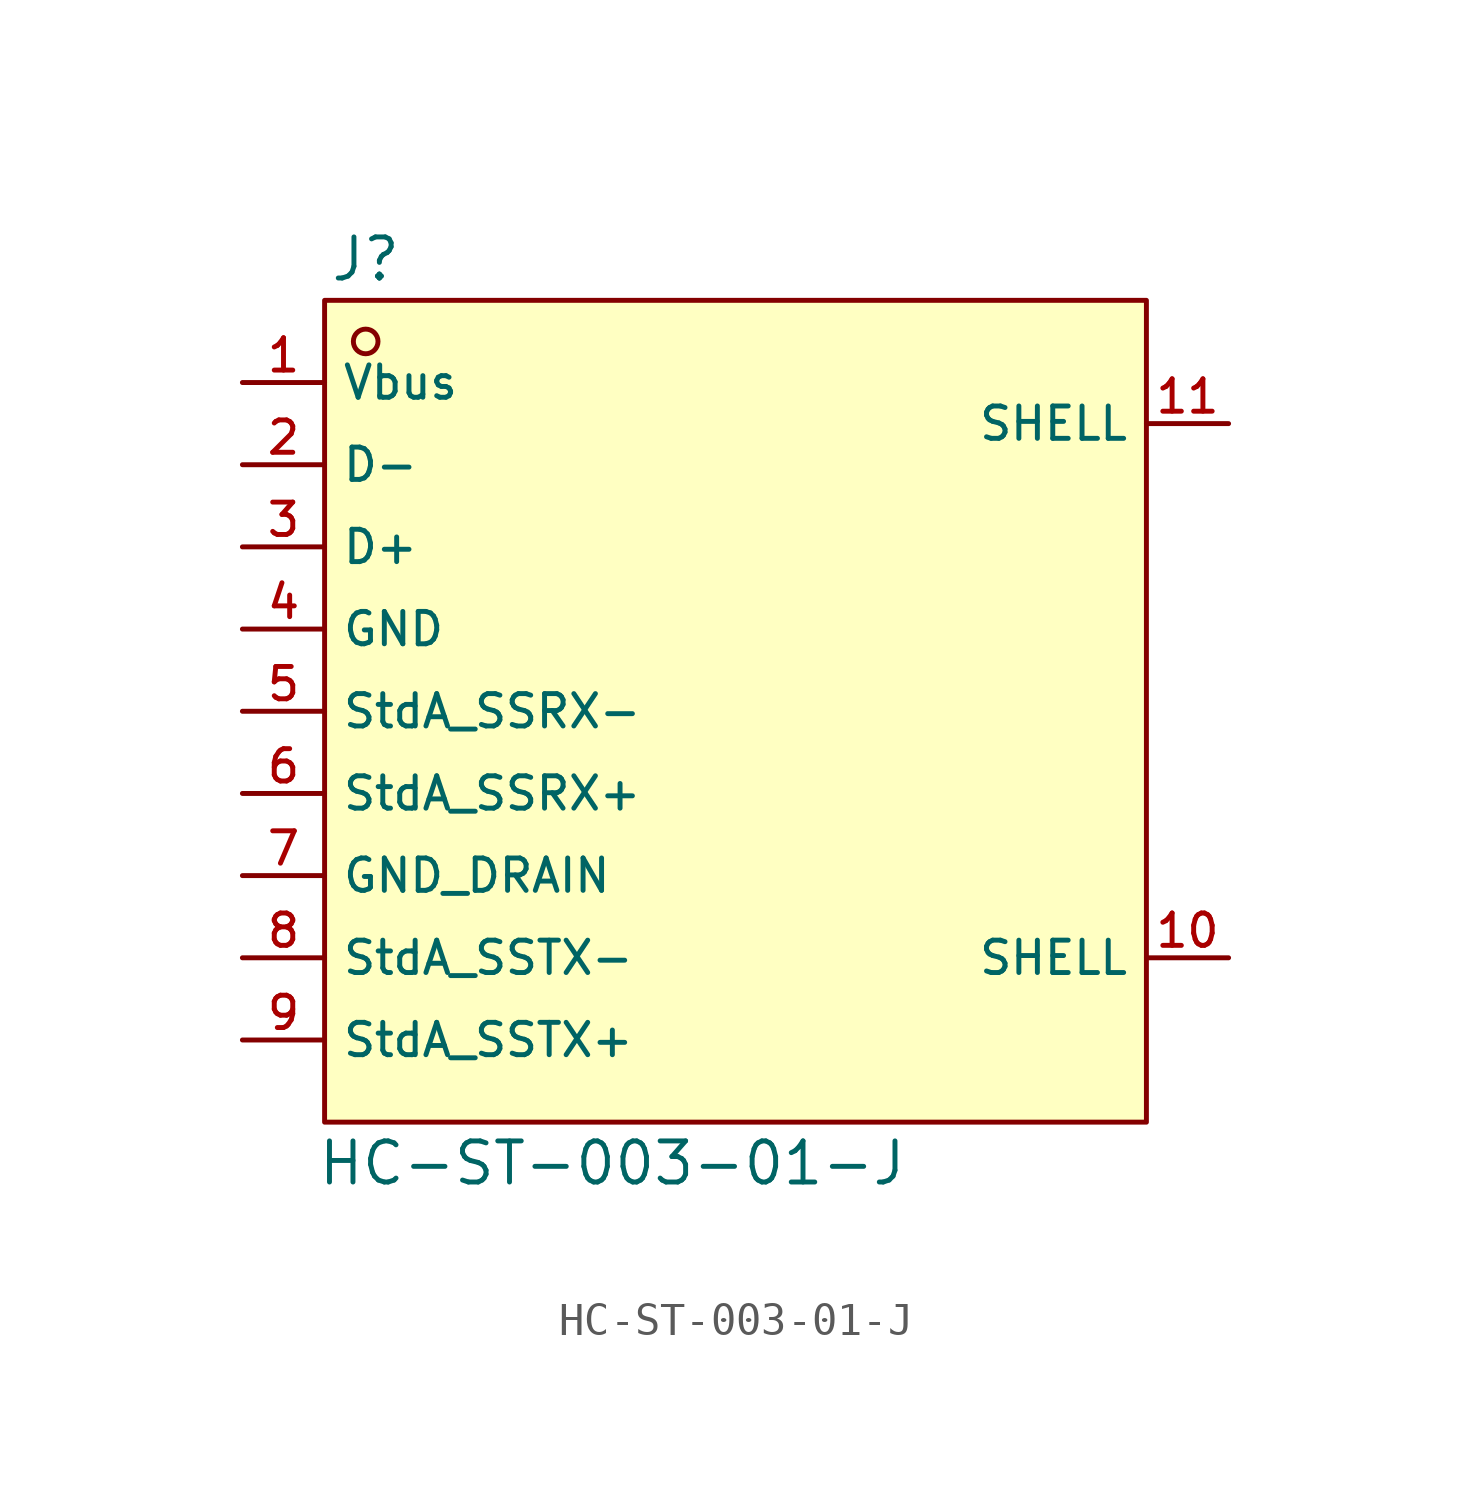
<source format=kicad_sym>
(kicad_symbol_lib
  (version 20220914)
  (generator kicad_symbol_editor)
  (symbol "HC-ST-003-01-J"
    (property "Reference" "J"
      (at -8.89 15.24 0)
      (effects (font (size 1.27 1.27))))
    (property "Value" "HC-ST-003-01-J"
      (at -1.27 -12.7 0)
      (effects (font (size 1.27 1.27))))
    (symbol "HC-ST-003-01-J_0_1"
      (rectangle (start -10.16 13.97) (end 15.24 -11.43) (stroke (width 0) (type default)) (fill (type background)))
      (circle (center -8.89 12.7) (radius 0.381) (stroke (width 0) (type default)) (fill (type background)))
      (pin unspecified line (at -12.7 11.43 0) (length 2.54) (name "Vbus" (effects (font (size 1 1)))) (number "1" (effects (font (size 1 1)))))
      (pin unspecified line (at 17.78 -6.35 180) (length 2.54) (name "SHELL" (effects (font (size 1 1)))) (number "10" (effects (font (size 1 1)))))
      (pin unspecified line (at 17.78 10.16 180) (length 2.54) (name "SHELL" (effects (font (size 1 1)))) (number "11" (effects (font (size 1 1)))))
      (pin unspecified line (at -12.7 8.89 0) (length 2.54) (name "D-" (effects (font (size 1 1)))) (number "2" (effects (font (size 1 1)))))
      (pin unspecified line (at -12.7 6.35 0) (length 2.54) (name "D+" (effects (font (size 1 1)))) (number "3" (effects (font (size 1 1)))))
      (pin unspecified line (at -12.7 3.81 0) (length 2.54) (name "GND" (effects (font (size 1 1)))) (number "4" (effects (font (size 1 1)))))
      (pin unspecified line (at -12.7 1.27 0) (length 2.54) (name "StdA_SSRX-" (effects (font (size 1 1)))) (number "5" (effects (font (size 1 1)))))
      (pin unspecified line (at -12.7 -1.27 0) (length 2.54) (name "StdA_SSRX+" (effects (font (size 1 1)))) (number "6" (effects (font (size 1 1)))))
      (pin unspecified line (at -12.7 -3.81 0) (length 2.54) (name "GND_DRAIN" (effects (font (size 1 1)))) (number "7" (effects (font (size 1 1)))))
      (pin unspecified line (at -12.7 -6.35 0) (length 2.54) (name "StdA_SSTX-" (effects (font (size 1 1)))) (number "8" (effects (font (size 1 1)))))
      (pin unspecified line (at -12.7 -8.89 0) (length 2.54) (name "StdA_SSTX+" (effects (font (size 1 1)))) (number "9" (effects (font (size 1 1))))))))
</source>
